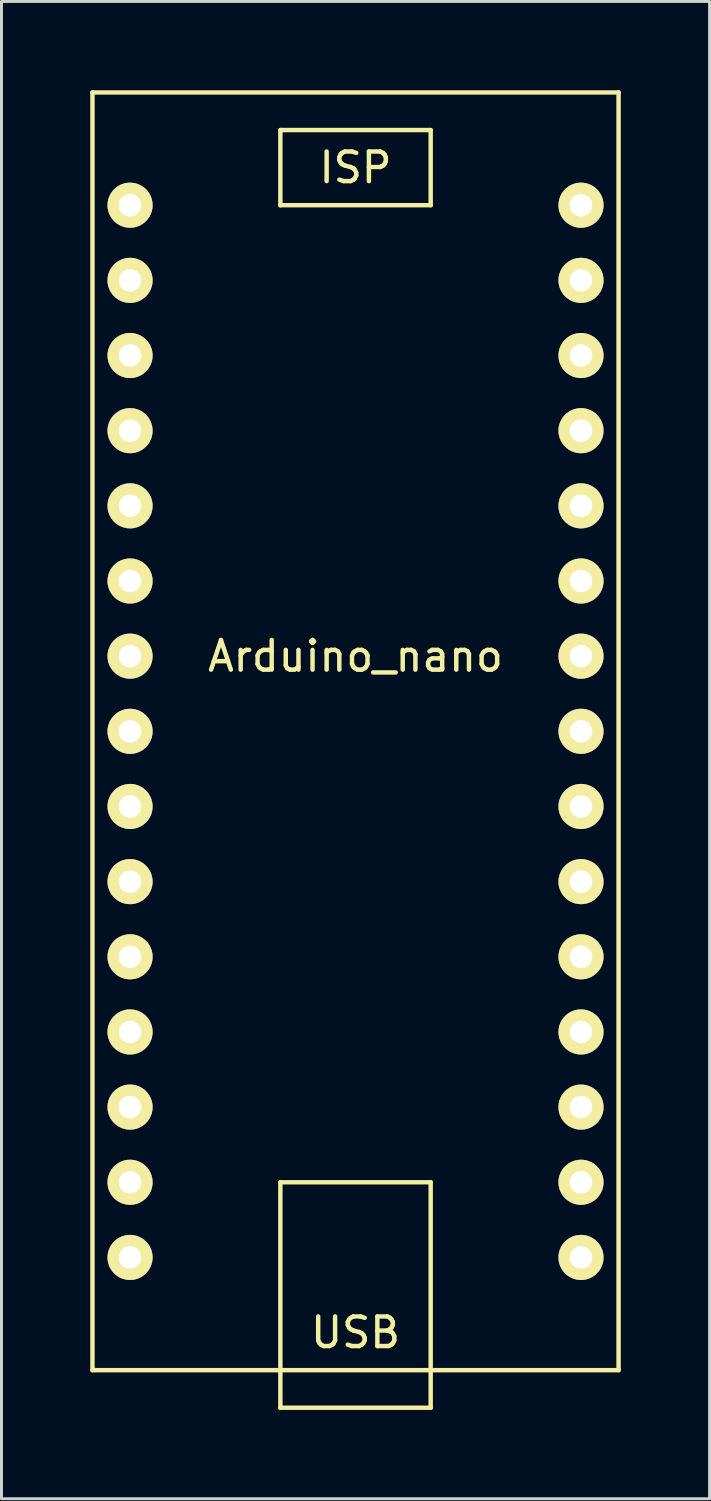
<source format=kicad_pcb>
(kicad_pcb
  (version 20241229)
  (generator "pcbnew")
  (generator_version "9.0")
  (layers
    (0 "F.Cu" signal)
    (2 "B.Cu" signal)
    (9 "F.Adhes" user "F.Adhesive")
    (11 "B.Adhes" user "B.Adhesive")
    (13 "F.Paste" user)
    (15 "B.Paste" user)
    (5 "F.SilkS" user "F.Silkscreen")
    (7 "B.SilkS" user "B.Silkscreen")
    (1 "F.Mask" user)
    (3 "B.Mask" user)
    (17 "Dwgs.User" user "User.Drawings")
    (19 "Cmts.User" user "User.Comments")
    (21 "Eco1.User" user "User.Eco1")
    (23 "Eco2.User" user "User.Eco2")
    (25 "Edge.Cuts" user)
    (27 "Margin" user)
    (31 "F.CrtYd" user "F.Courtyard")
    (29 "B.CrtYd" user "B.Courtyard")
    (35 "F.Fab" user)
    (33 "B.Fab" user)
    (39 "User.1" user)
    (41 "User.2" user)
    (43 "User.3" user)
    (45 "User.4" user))
  (footprint "Arduino_nano"
    (layer "F.Cu")
    (at 1.345 39.445)
    (property "Reference" "Arduino_nano" (at 7.62 -20.32 0) (layer "F.SilkS") (effects (font (size 1 1) (thickness 0.15))))
    (attr through_hole)
    (fp_line (start -1.27 -39.37) (end -1.27 3.81) (stroke (width 0.15) (type solid)) (layer "F.SilkS"))
    (fp_line (start -1.27 3.81) (end 16.51 3.81) (stroke (width 0.15) (type solid)) (layer "F.SilkS"))
    (fp_line (start 5.08 -38.1) (end 10.16 -38.1) (stroke (width 0.15) (type solid)) (layer "F.SilkS"))
    (fp_line (start 5.08 -35.56) (end 5.08 -38.1) (stroke (width 0.15) (type solid)) (layer "F.SilkS"))
    (fp_line (start 5.08 -2.54) (end 5.08 5.08) (stroke (width 0.15) (type solid)) (layer "F.SilkS"))
    (fp_line (start 5.08 5.08) (end 10.16 5.08) (stroke (width 0.15) (type solid)) (layer "F.SilkS"))
    (fp_line (start 10.16 -38.1) (end 10.16 -35.56) (stroke (width 0.15) (type solid)) (layer "F.SilkS"))
    (fp_line (start 10.16 -35.56) (end 5.08 -35.56) (stroke (width 0.15) (type solid)) (layer "F.SilkS"))
    (fp_line (start 10.16 -2.54) (end 5.08 -2.54) (stroke (width 0.15) (type solid)) (layer "F.SilkS"))
    (fp_line (start 10.16 -2.54) (end 10.16 5.08) (stroke (width 0.15) (type solid)) (layer "F.SilkS"))
    (fp_line (start 16.51 -39.37) (end -1.27 -39.37) (stroke (width 0.15) (type solid)) (layer "F.SilkS"))
    (fp_line (start 16.51 3.81) (end 16.51 -39.37) (stroke (width 0.15) (type solid)) (layer "F.SilkS"))
    (fp_text user "ISP" (at 7.62 -36.83 0) (layer "F.SilkS") (effects (font (size 1 1) (thickness 0.15))))
    (fp_text user "USB" (at 7.62 2.54 0) (layer "F.SilkS") (effects (font (size 1 1) (thickness 0.15))))
    (pad "1" thru_hole circle (at 15.24 0) (size 1.524 1.524) (drill 0.762) (layers "*.Cu" "*.Mask" "F.SilkS"))
    (pad "2" thru_hole circle (at 15.24 -2.54) (size 1.524 1.524) (drill 0.762) (layers "*.Cu" "*.Mask" "F.SilkS"))
    (pad "3" thru_hole circle (at 15.24 -5.08) (size 1.524 1.524) (drill 0.762) (layers "*.Cu" "*.Mask" "F.SilkS"))
    (pad "4" thru_hole circle (at 15.24 -7.62) (size 1.524 1.524) (drill 0.762) (layers "*.Cu" "*.Mask" "F.SilkS"))
    (pad "5" thru_hole circle (at 15.24 -10.16) (size 1.524 1.524) (drill 0.762) (layers "*.Cu" "*.Mask" "F.SilkS"))
    (pad "6" thru_hole circle (at 15.24 -12.7) (size 1.524 1.524) (drill 0.762) (layers "*.Cu" "*.Mask" "F.SilkS"))
    (pad "7" thru_hole circle (at 15.24 -15.24) (size 1.524 1.524) (drill 0.762) (layers "*.Cu" "*.Mask" "F.SilkS"))
    (pad "8" thru_hole circle (at 15.24 -17.78) (size 1.524 1.524) (drill 0.762) (layers "*.Cu" "*.Mask" "F.SilkS"))
    (pad "9" thru_hole circle (at 15.24 -20.32) (size 1.524 1.524) (drill 0.762) (layers "*.Cu" "*.Mask" "F.SilkS"))
    (pad "10" thru_hole circle (at 15.24 -22.86) (size 1.524 1.524) (drill 0.762) (layers "*.Cu" "*.Mask" "F.SilkS"))
    (pad "11" thru_hole circle (at 15.24 -25.4) (size 1.524 1.524) (drill 0.762) (layers "*.Cu" "*.Mask" "F.SilkS"))
    (pad "12" thru_hole circle (at 15.24 -27.94) (size 1.524 1.524) (drill 0.762) (layers "*.Cu" "*.Mask" "F.SilkS"))
    (pad "13" thru_hole circle (at 15.24 -30.48) (size 1.524 1.524) (drill 0.762) (layers "*.Cu" "*.Mask" "F.SilkS"))
    (pad "14" thru_hole circle (at 15.24 -33.02) (size 1.524 1.524) (drill 0.762) (layers "*.Cu" "*.Mask" "F.SilkS"))
    (pad "15" thru_hole circle (at 15.24 -35.56) (size 1.524 1.524) (drill 0.762) (layers "*.Cu" "*.Mask" "F.SilkS"))
    (pad "16" thru_hole circle (at 0 -35.56) (size 1.524 1.524) (drill 0.762) (layers "*.Cu" "*.Mask" "F.SilkS"))
    (pad "17" thru_hole circle (at 0 -33.02) (size 1.524 1.524) (drill 0.762) (layers "*.Cu" "*.Mask" "F.SilkS"))
    (pad "18" thru_hole circle (at 0 -30.48) (size 1.524 1.524) (drill 0.762) (layers "*.Cu" "*.Mask" "F.SilkS"))
    (pad "19" thru_hole circle (at 0 -27.94) (size 1.524 1.524) (drill 0.762) (layers "*.Cu" "*.Mask" "F.SilkS"))
    (pad "20" thru_hole circle (at 0 -25.4) (size 1.524 1.524) (drill 0.762) (layers "*.Cu" "*.Mask" "F.SilkS"))
    (pad "21" thru_hole circle (at 0 -22.86) (size 1.524 1.524) (drill 0.762) (layers "*.Cu" "*.Mask" "F.SilkS"))
    (pad "22" thru_hole circle (at 0 -20.32) (size 1.524 1.524) (drill 0.762) (layers "*.Cu" "*.Mask" "F.SilkS"))
    (pad "23" thru_hole circle (at 0 -17.78) (size 1.524 1.524) (drill 0.762) (layers "*.Cu" "*.Mask" "F.SilkS"))
    (pad "24" thru_hole circle (at 0 -15.24) (size 1.524 1.524) (drill 0.762) (layers "*.Cu" "*.Mask" "F.SilkS"))
    (pad "25" thru_hole circle (at 0 -12.7) (size 1.524 1.524) (drill 0.762) (layers "*.Cu" "*.Mask" "F.SilkS"))
    (pad "26" thru_hole circle (at 0 -10.16) (size 1.524 1.524) (drill 0.762) (layers "*.Cu" "*.Mask" "F.SilkS"))
    (pad "27" thru_hole circle (at 0 -7.62) (size 1.524 1.524) (drill 0.762) (layers "*.Cu" "*.Mask" "F.SilkS"))
    (pad "28" thru_hole circle (at 0 -5.08) (size 1.524 1.524) (drill 0.762) (layers "*.Cu" "*.Mask" "F.SilkS"))
    (pad "29" thru_hole circle (at 0 -2.54) (size 1.524 1.524) (drill 0.762) (layers "*.Cu" "*.Mask" "F.SilkS"))
    (pad "30" thru_hole circle (at 0 0) (size 1.524 1.524) (drill 0.762) (layers "*.Cu" "*.Mask" "F.SilkS")))
  (gr_rect
    (start -3 -3)
    (end 20.93 47.6)
    (stroke (width 0.1) (type default))
    (fill no)
    (layer "Edge.Cuts")))
</source>
